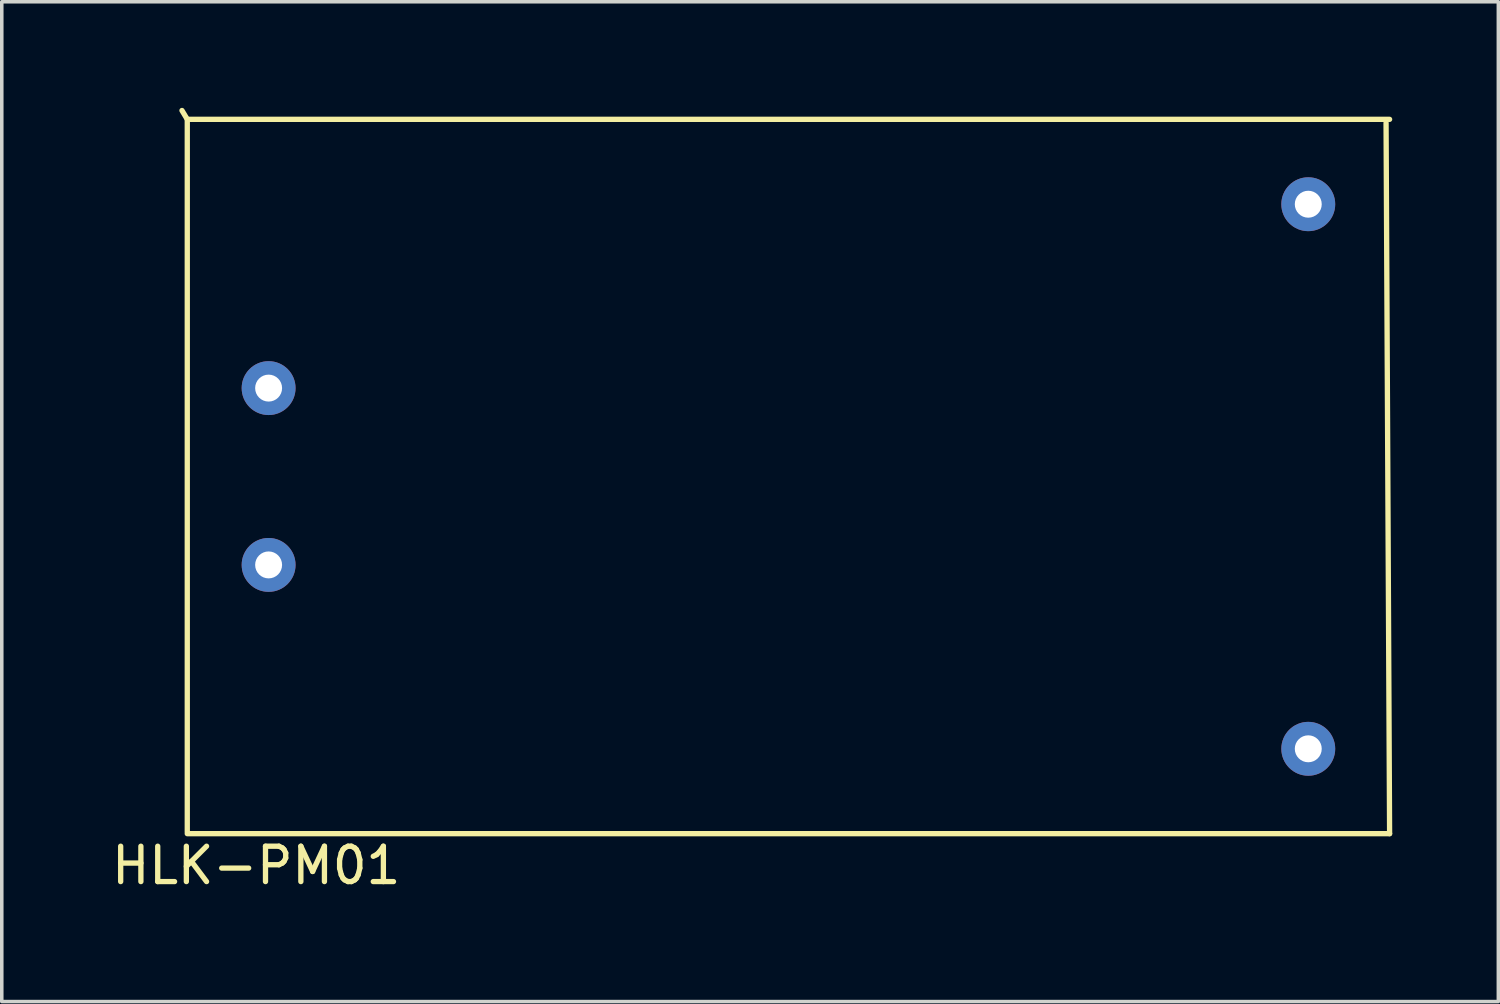
<source format=kicad_pcb>
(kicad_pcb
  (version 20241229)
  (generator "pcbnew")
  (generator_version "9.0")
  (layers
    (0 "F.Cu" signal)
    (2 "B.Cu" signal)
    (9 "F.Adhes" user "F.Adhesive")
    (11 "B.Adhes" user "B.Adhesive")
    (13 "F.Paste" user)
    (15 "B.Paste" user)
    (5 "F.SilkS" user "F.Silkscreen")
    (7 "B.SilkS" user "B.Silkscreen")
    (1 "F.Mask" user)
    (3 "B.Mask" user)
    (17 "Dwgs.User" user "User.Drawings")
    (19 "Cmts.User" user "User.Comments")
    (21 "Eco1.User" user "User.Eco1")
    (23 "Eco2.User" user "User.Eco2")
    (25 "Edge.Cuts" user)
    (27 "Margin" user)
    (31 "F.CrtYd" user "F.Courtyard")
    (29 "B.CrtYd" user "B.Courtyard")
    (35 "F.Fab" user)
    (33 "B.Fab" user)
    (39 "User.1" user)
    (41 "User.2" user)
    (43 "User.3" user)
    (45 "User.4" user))
  (footprint "HLK-PM01"
    (layer "F.Cu")
    (at 19.246 10.425)
    (property "Reference" "HLK-PM01" (at -15.05 11 0) (layer "F.SilkS") (effects (font (size 1 1) (thickness 0.15))))
    (attr through_hole)
    (fp_line (start -17.15 -10.35) (end -17 -10.1) (stroke (width 0.15) (type solid)) (layer "F.SilkS"))
    (fp_line (start -17 -10.1) (end 17 -10.1) (stroke (width 0.15) (type solid)) (layer "F.SilkS"))
    (fp_line (start -17 -10.05) (end -17 10.05) (stroke (width 0.15) (type solid)) (layer "F.SilkS"))
    (fp_line (start -17 10.1) (end 17 10.1) (stroke (width 0.15) (type solid)) (layer "F.SilkS"))
    (fp_line (start 16.9 -10) (end 17 10.1) (stroke (width 0.15) (type solid)) (layer "F.SilkS"))
    (pad "1" thru_hole circle (at -14.7 -2.5) (size 1.524 1.524) (drill 0.762) (layers "*.Cu" "*.Mask"))
    (pad "2" thru_hole circle (at -14.7 2.5) (size 1.524 1.524) (drill 0.762) (layers "*.Cu" "*.Mask"))
    (pad "3" thru_hole circle (at 14.7 -7.7) (size 1.524 1.524) (drill 0.762) (layers "*.Cu" "*.Mask"))
    (pad "4" thru_hole circle (at 14.7 7.7) (size 1.524 1.524) (drill 0.762) (layers "*.Cu" "*.Mask")))
  (gr_rect
    (start -3 -3)
    (end 39.321 25.273)
    (stroke (width 0.1) (type default))
    (fill no)
    (layer "Edge.Cuts")))
</source>
